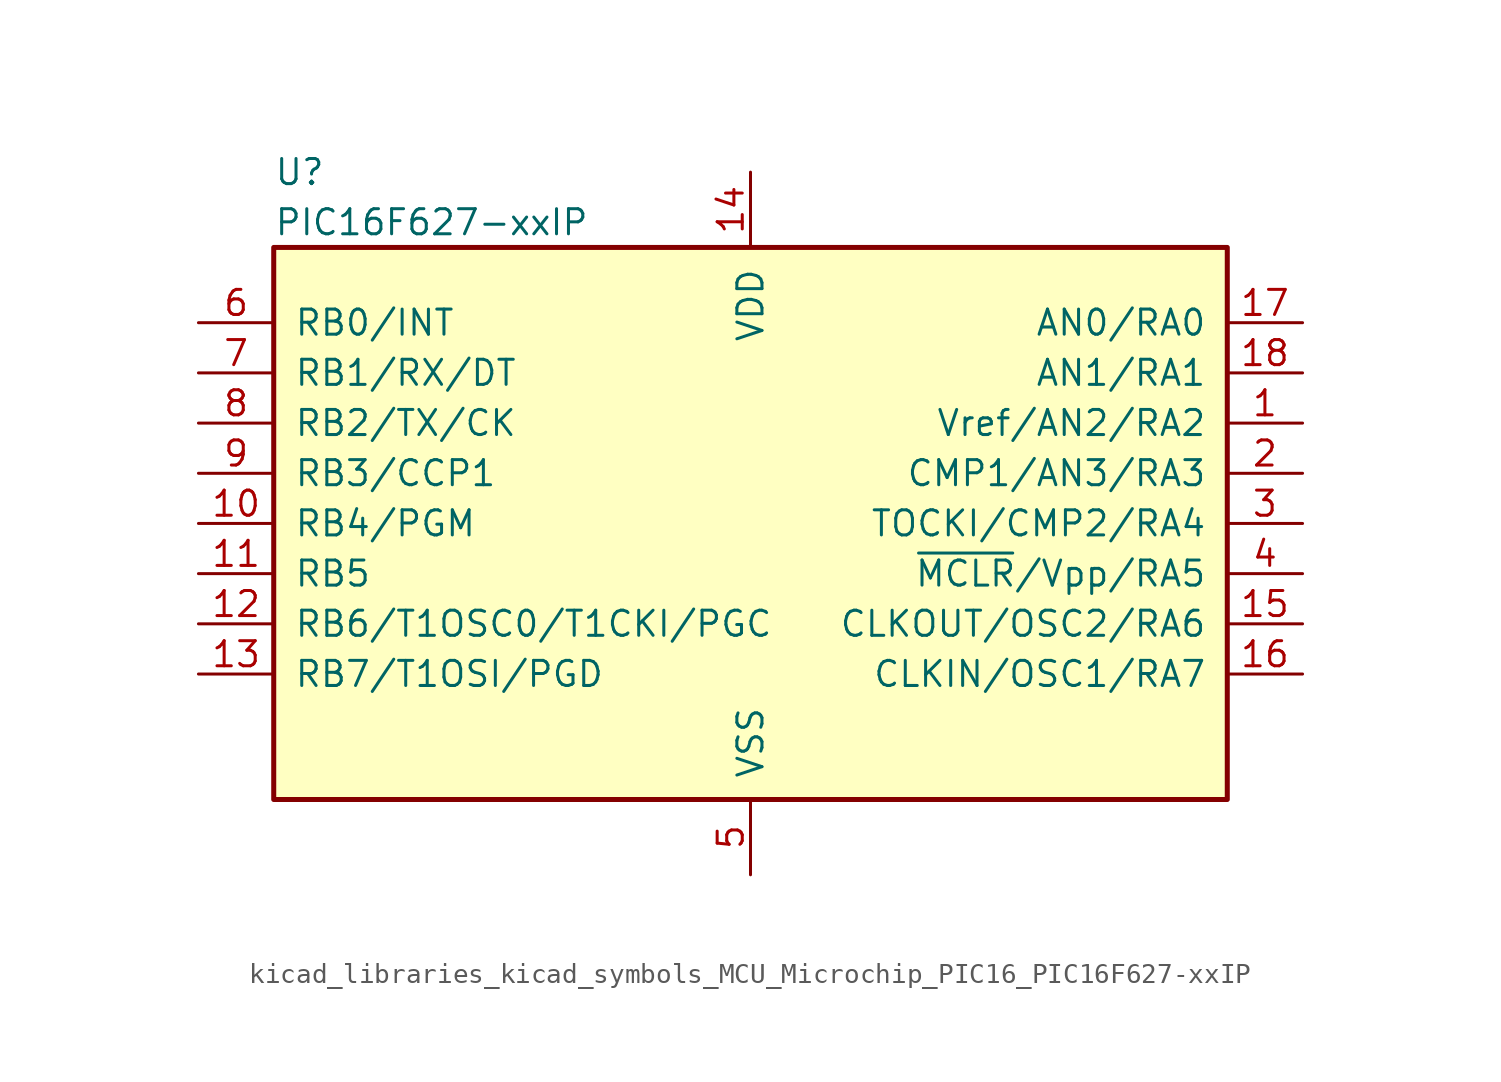
<source format=kicad_sym>
(kicad_symbol_lib
  (version 20220914)
  (generator kicad_symbol_editor)
  (symbol "kicad_libraries_kicad_symbols_MCU_Microchip_PIC16_PIC16F627-xxIP"
    (pin_names
      (offset 1.016))
    (property "Reference" "U"
      (at -24.13 17.78 0)
      (effects (font (size 1.27 1.27)) (justify left)))
    (property "Value" "PIC16F627-xxIP"
      (at -24.13 15.24 0)
      (effects (font (size 1.27 1.27)) (justify left)))
    (symbol "kicad_libraries_kicad_symbols_MCU_Microchip_PIC16_PIC16F627-xxIP_0_1"
      (rectangle (start 24.13 13.97) (end -24.13 -13.97) (stroke (width 0.254) (type default)) (fill (type background))))
    (symbol "kicad_libraries_kicad_symbols_MCU_Microchip_PIC16_PIC16F627-xxIP_1_1"
      (pin bidirectional line (at 27.94 5.08 180) (length 3.81) (name "Vref/AN2/RA2" (effects (font (size 1.27 1.27)))) (number "1" (effects (font (size 1.27 1.27)))))
      (pin bidirectional line (at -27.94 0 0) (length 3.81) (name "RB4/PGM" (effects (font (size 1.27 1.27)))) (number "10" (effects (font (size 1.27 1.27)))))
      (pin bidirectional line (at -27.94 -2.54 0) (length 3.81) (name "RB5" (effects (font (size 1.27 1.27)))) (number "11" (effects (font (size 1.27 1.27)))))
      (pin bidirectional line (at -27.94 -5.08 0) (length 3.81) (name "RB6/T1OSC0/T1CKI/PGC" (effects (font (size 1.27 1.27)))) (number "12" (effects (font (size 1.27 1.27)))))
      (pin bidirectional line (at -27.94 -7.62 0) (length 3.81) (name "RB7/T1OSI/PGD" (effects (font (size 1.27 1.27)))) (number "13" (effects (font (size 1.27 1.27)))))
      (pin power_in line (at 0 17.78 270) (length 3.81) (name "VDD" (effects (font (size 1.27 1.27)))) (number "14" (effects (font (size 1.27 1.27)))))
      (pin bidirectional line (at 27.94 -5.08 180) (length 3.81) (name "CLKOUT/OSC2/RA6" (effects (font (size 1.27 1.27)))) (number "15" (effects (font (size 1.27 1.27)))))
      (pin bidirectional line (at 27.94 -7.62 180) (length 3.81) (name "CLKIN/OSC1/RA7" (effects (font (size 1.27 1.27)))) (number "16" (effects (font (size 1.27 1.27)))))
      (pin bidirectional line (at 27.94 10.16 180) (length 3.81) (name "AN0/RA0" (effects (font (size 1.27 1.27)))) (number "17" (effects (font (size 1.27 1.27)))))
      (pin bidirectional line (at 27.94 7.62 180) (length 3.81) (name "AN1/RA1" (effects (font (size 1.27 1.27)))) (number "18" (effects (font (size 1.27 1.27)))))
      (pin bidirectional line (at 27.94 2.54 180) (length 3.81) (name "CMP1/AN3/RA3" (effects (font (size 1.27 1.27)))) (number "2" (effects (font (size 1.27 1.27)))))
      (pin bidirectional line (at 27.94 0 180) (length 3.81) (name "TOCKI/CMP2/RA4" (effects (font (size 1.27 1.27)))) (number "3" (effects (font (size 1.27 1.27)))))
      (pin input line (at 27.94 -2.54 180) (length 3.81) (name "~{MCLR}/Vpp/RA5" (effects (font (size 1.27 1.27)))) (number "4" (effects (font (size 1.27 1.27)))))
      (pin power_in line (at 0 -17.78 90) (length 3.81) (name "VSS" (effects (font (size 1.27 1.27)))) (number "5" (effects (font (size 1.27 1.27)))))
      (pin bidirectional line (at -27.94 10.16 0) (length 3.81) (name "RB0/INT" (effects (font (size 1.27 1.27)))) (number "6" (effects (font (size 1.27 1.27)))))
      (pin bidirectional line (at -27.94 7.62 0) (length 3.81) (name "RB1/RX/DT" (effects (font (size 1.27 1.27)))) (number "7" (effects (font (size 1.27 1.27)))))
      (pin bidirectional line (at -27.94 5.08 0) (length 3.81) (name "RB2/TX/CK" (effects (font (size 1.27 1.27)))) (number "8" (effects (font (size 1.27 1.27)))))
      (pin bidirectional line (at -27.94 2.54 0) (length 3.81) (name "RB3/CCP1" (effects (font (size 1.27 1.27)))) (number "9" (effects (font (size 1.27 1.27))))))))
</source>
